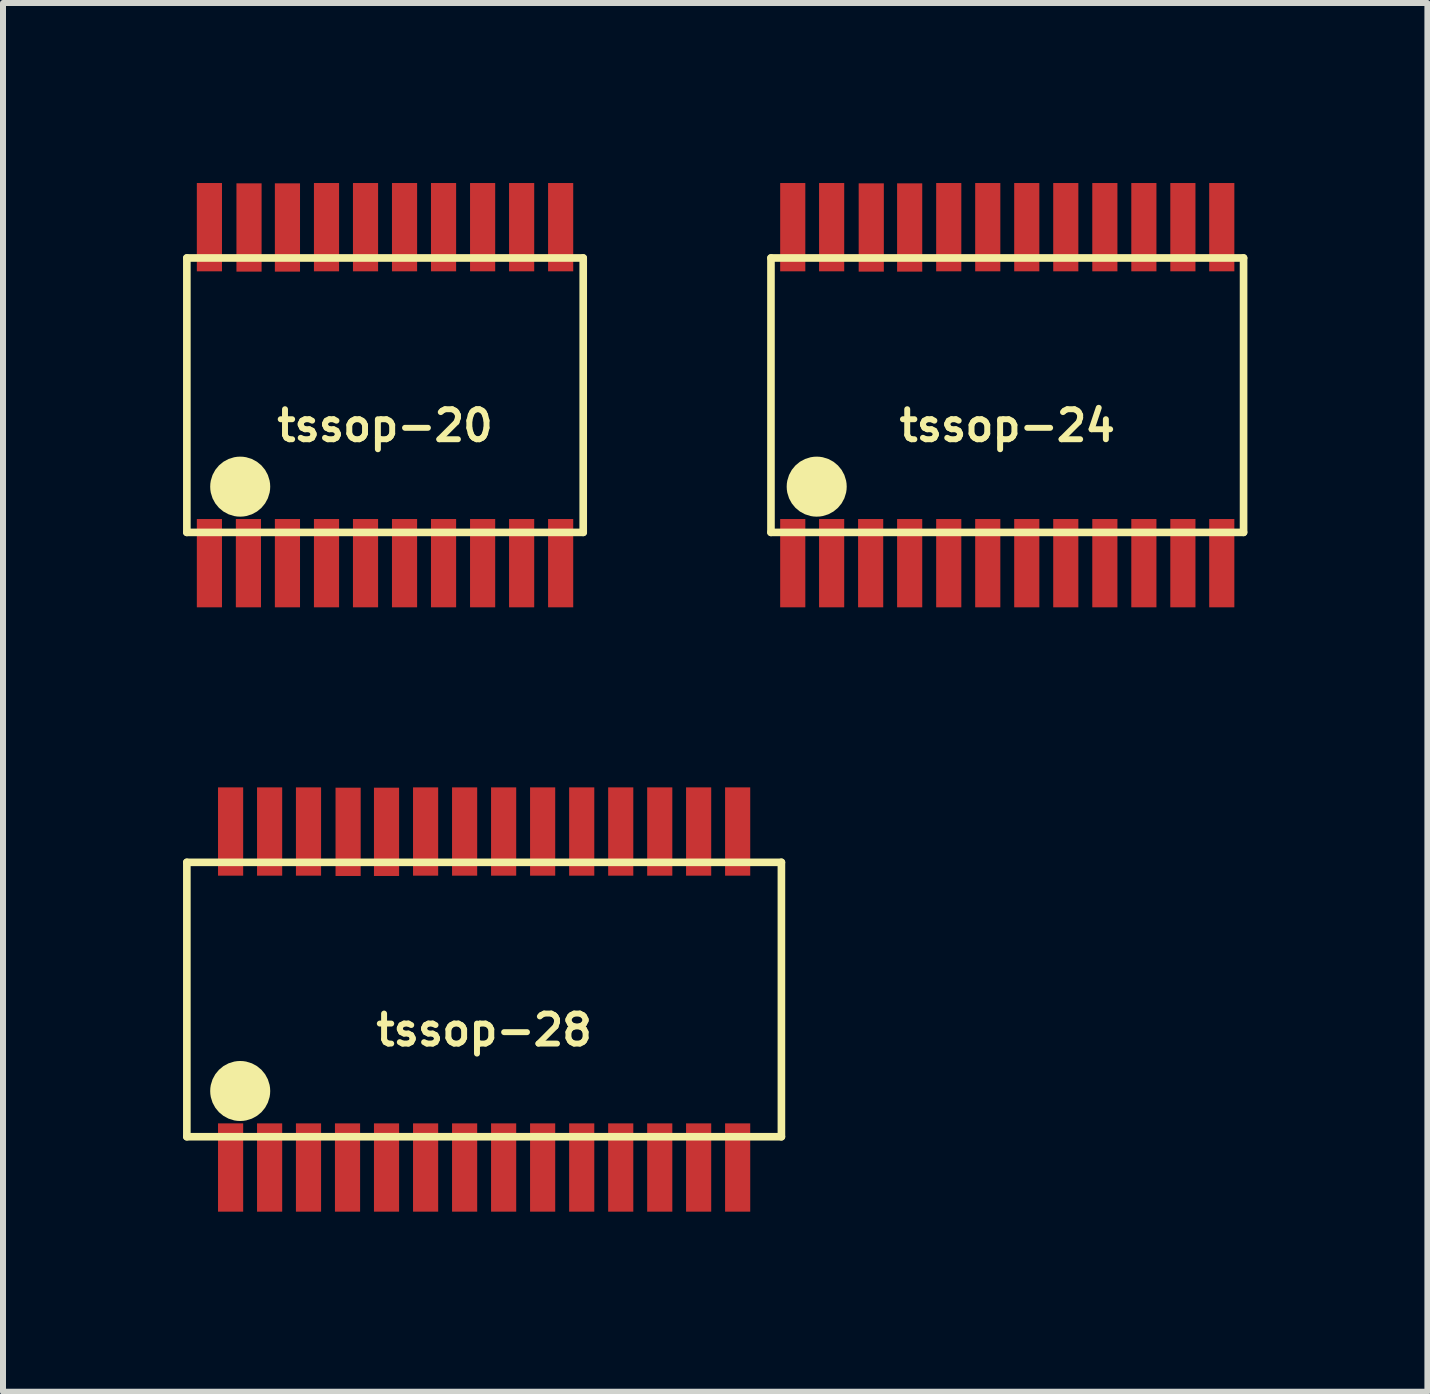
<source format=kicad_pcb>
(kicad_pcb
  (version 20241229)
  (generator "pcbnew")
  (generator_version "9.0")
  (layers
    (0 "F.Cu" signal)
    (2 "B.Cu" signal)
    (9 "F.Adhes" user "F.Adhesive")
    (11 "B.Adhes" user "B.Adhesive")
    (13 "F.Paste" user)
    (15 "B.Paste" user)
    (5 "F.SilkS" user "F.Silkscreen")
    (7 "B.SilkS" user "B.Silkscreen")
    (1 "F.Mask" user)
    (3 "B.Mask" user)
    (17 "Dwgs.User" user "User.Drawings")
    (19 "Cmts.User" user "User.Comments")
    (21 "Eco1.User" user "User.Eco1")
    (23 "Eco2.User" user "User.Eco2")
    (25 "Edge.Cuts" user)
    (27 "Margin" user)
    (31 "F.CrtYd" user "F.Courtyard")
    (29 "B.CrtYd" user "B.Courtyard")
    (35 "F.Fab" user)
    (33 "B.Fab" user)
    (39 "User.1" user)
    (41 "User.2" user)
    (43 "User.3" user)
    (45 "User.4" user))
  (footprint "tssop-28"
    (layer "F.Cu")
    (at 5.016 13.603)
    (property "Reference" "tssop-28" (at 0 0.508 0) (layer "F.SilkS") (effects (font (size 0.5 0.5) (thickness 0.099))))
    (attr smd)
    (fp_line (start -4.953 -2.286) (end -4.953 2.286) (stroke (width 0.127) (type solid)) (layer "F.SilkS"))
    (fp_line (start -4.953 2.286) (end 4.953 2.286) (stroke (width 0.127) (type solid)) (layer "F.SilkS"))
    (fp_line (start 4.953 -2.286) (end -4.953 -2.286) (stroke (width 0.127) (type solid)) (layer "F.SilkS"))
    (fp_line (start 4.953 2.286) (end 4.953 -2.286) (stroke (width 0.127) (type solid)) (layer "F.SilkS"))
    (fp_circle (center -4.064 1.524) (end -3.814 1.524) (stroke (width 0.5) (type solid)) (fill no) (layer "F.SilkS"))
    (pad "1" smd rect (at -4.224 2.799) (size 0.419 1.471) (layers "F.Cu" "F.Mask" "F.Paste"))
    (pad "2" smd rect (at -3.574 2.799) (size 0.419 1.471) (layers "F.Cu" "F.Mask" "F.Paste"))
    (pad "3" smd rect (at -2.926 2.799) (size 0.419 1.471) (layers "F.Cu" "F.Mask" "F.Paste"))
    (pad "4" smd rect (at -2.276 2.799) (size 0.419 1.471) (layers "F.Cu" "F.Mask" "F.Paste"))
    (pad "5" smd rect (at -1.626 2.799) (size 0.419 1.471) (layers "F.Cu" "F.Mask" "F.Paste"))
    (pad "6" smd rect (at -0.975 2.799) (size 0.419 1.471) (layers "F.Cu" "F.Mask" "F.Paste"))
    (pad "7" smd rect (at -0.325 2.799) (size 0.419 1.471) (layers "F.Cu" "F.Mask" "F.Paste"))
    (pad "8" smd rect (at 0.325 2.799) (size 0.419 1.471) (layers "F.Cu" "F.Mask" "F.Paste"))
    (pad "9" smd rect (at 0.975 2.799) (size 0.419 1.471) (layers "F.Cu" "F.Mask" "F.Paste"))
    (pad "10" smd rect (at 1.626 2.799) (size 0.419 1.471) (layers "F.Cu" "F.Mask" "F.Paste"))
    (pad "11" smd rect (at 2.276 2.799) (size 0.419 1.471) (layers "F.Cu" "F.Mask" "F.Paste"))
    (pad "12" smd rect (at 2.926 2.799) (size 0.419 1.471) (layers "F.Cu" "F.Mask" "F.Paste"))
    (pad "13" smd rect (at 3.574 2.799) (size 0.419 1.471) (layers "F.Cu" "F.Mask" "F.Paste"))
    (pad "14" smd rect (at 4.224 2.799) (size 0.419 1.471) (layers "F.Cu" "F.Mask" "F.Paste"))
    (pad "15" smd rect (at 4.224 -2.799) (size 0.419 1.471) (layers "F.Cu" "F.Mask" "F.Paste"))
    (pad "16" smd rect (at 3.574 -2.799) (size 0.419 1.471) (layers "F.Cu" "F.Mask" "F.Paste"))
    (pad "17" smd rect (at 2.926 -2.799) (size 0.419 1.471) (layers "F.Cu" "F.Mask" "F.Paste"))
    (pad "18" smd rect (at 2.276 -2.799) (size 0.419 1.471) (layers "F.Cu" "F.Mask" "F.Paste"))
    (pad "19" smd rect (at 1.626 -2.799) (size 0.419 1.471) (layers "F.Cu" "F.Mask" "F.Paste"))
    (pad "20" smd rect (at 0.975 -2.799) (size 0.419 1.471) (layers "F.Cu" "F.Mask" "F.Paste"))
    (pad "21" smd rect (at 0.325 -2.799) (size 0.419 1.471) (layers "F.Cu" "F.Mask" "F.Paste"))
    (pad "22" smd rect (at -0.325 -2.799) (size 0.419 1.471) (layers "F.Cu" "F.Mask" "F.Paste"))
    (pad "23" smd rect (at -0.975 -2.799) (size 0.419 1.471) (layers "F.Cu" "F.Mask" "F.Paste"))
    (pad "24" smd rect (at -1.626 -2.794) (size 0.419 1.471) (layers "F.Cu" "F.Mask" "F.Paste"))
    (pad "25" smd rect (at -2.266 -2.794) (size 0.419 1.471) (layers "F.Cu" "F.Mask" "F.Paste"))
    (pad "26" smd rect (at -2.926 -2.799) (size 0.419 1.471) (layers "F.Cu" "F.Mask" "F.Paste"))
    (pad "27" smd rect (at -3.574 -2.799) (size 0.419 1.471) (layers "F.Cu" "F.Mask" "F.Paste"))
    (pad "28" smd rect (at -4.224 -2.799) (size 0.419 1.471) (layers "F.Cu" "F.Mask" "F.Paste")))
  (footprint "tssop-24"
    (layer "F.Cu")
    (at 13.732 3.534)
    (property "Reference" "tssop-24" (at 0 0.508 0) (layer "F.SilkS") (effects (font (size 0.5 0.5) (thickness 0.099))))
    (attr smd)
    (fp_line (start -3.937 -2.286) (end -3.937 2.286) (stroke (width 0.127) (type solid)) (layer "F.SilkS"))
    (fp_line (start -3.937 2.286) (end 3.937 2.286) (stroke (width 0.127) (type solid)) (layer "F.SilkS"))
    (fp_line (start 3.937 -2.286) (end -3.937 -2.286) (stroke (width 0.127) (type solid)) (layer "F.SilkS"))
    (fp_line (start 3.937 2.286) (end 3.937 -2.286) (stroke (width 0.127) (type solid)) (layer "F.SilkS"))
    (fp_circle (center -3.175 1.524) (end -2.925 1.524) (stroke (width 0.5) (type solid)) (fill no) (layer "F.SilkS"))
    (pad "1" smd rect (at -3.574 2.799) (size 0.419 1.471) (layers "F.Cu" "F.Mask" "F.Paste"))
    (pad "2" smd rect (at -2.926 2.799) (size 0.419 1.471) (layers "F.Cu" "F.Mask" "F.Paste"))
    (pad "3" smd rect (at -2.276 2.799) (size 0.419 1.471) (layers "F.Cu" "F.Mask" "F.Paste"))
    (pad "4" smd rect (at -1.626 2.799) (size 0.419 1.471) (layers "F.Cu" "F.Mask" "F.Paste"))
    (pad "5" smd rect (at -0.975 2.799) (size 0.419 1.471) (layers "F.Cu" "F.Mask" "F.Paste"))
    (pad "6" smd rect (at -0.325 2.799) (size 0.419 1.471) (layers "F.Cu" "F.Mask" "F.Paste"))
    (pad "7" smd rect (at 0.325 2.799) (size 0.419 1.471) (layers "F.Cu" "F.Mask" "F.Paste"))
    (pad "8" smd rect (at 0.975 2.799) (size 0.419 1.471) (layers "F.Cu" "F.Mask" "F.Paste"))
    (pad "9" smd rect (at 1.626 2.799) (size 0.419 1.471) (layers "F.Cu" "F.Mask" "F.Paste"))
    (pad "10" smd rect (at 2.276 2.799) (size 0.419 1.471) (layers "F.Cu" "F.Mask" "F.Paste"))
    (pad "11" smd rect (at 2.926 2.799) (size 0.419 1.471) (layers "F.Cu" "F.Mask" "F.Paste"))
    (pad "12" smd rect (at 3.574 2.799) (size 0.419 1.471) (layers "F.Cu" "F.Mask" "F.Paste"))
    (pad "13" smd rect (at 3.574 -2.799) (size 0.419 1.471) (layers "F.Cu" "F.Mask" "F.Paste"))
    (pad "14" smd rect (at 2.926 -2.799) (size 0.419 1.471) (layers "F.Cu" "F.Mask" "F.Paste"))
    (pad "15" smd rect (at 2.276 -2.799) (size 0.419 1.471) (layers "F.Cu" "F.Mask" "F.Paste"))
    (pad "16" smd rect (at 1.626 -2.799) (size 0.419 1.471) (layers "F.Cu" "F.Mask" "F.Paste"))
    (pad "17" smd rect (at 0.975 -2.799) (size 0.419 1.471) (layers "F.Cu" "F.Mask" "F.Paste"))
    (pad "18" smd rect (at 0.325 -2.799) (size 0.419 1.471) (layers "F.Cu" "F.Mask" "F.Paste"))
    (pad "19" smd rect (at -0.325 -2.799) (size 0.419 1.471) (layers "F.Cu" "F.Mask" "F.Paste"))
    (pad "20" smd rect (at -0.975 -2.799) (size 0.419 1.471) (layers "F.Cu" "F.Mask" "F.Paste"))
    (pad "21" smd rect (at -1.626 -2.794) (size 0.419 1.471) (layers "F.Cu" "F.Mask" "F.Paste"))
    (pad "22" smd rect (at -2.266 -2.794) (size 0.419 1.471) (layers "F.Cu" "F.Mask" "F.Paste"))
    (pad "23" smd rect (at -2.926 -2.799) (size 0.419 1.471) (layers "F.Cu" "F.Mask" "F.Paste"))
    (pad "24" smd rect (at -3.574 -2.799) (size 0.419 1.471) (layers "F.Cu" "F.Mask" "F.Paste")))
  (footprint "tssop-20"
    (layer "F.Cu")
    (at 3.365 3.534)
    (property "Reference" "tssop-20" (at 0 0.508 0) (layer "F.SilkS") (effects (font (size 0.5 0.5) (thickness 0.099))))
    (attr smd)
    (fp_line (start -3.302 -2.286) (end -3.302 2.286) (stroke (width 0.127) (type solid)) (layer "F.SilkS"))
    (fp_line (start -3.302 2.286) (end 3.302 2.286) (stroke (width 0.127) (type solid)) (layer "F.SilkS"))
    (fp_line (start 3.302 -2.286) (end -3.302 -2.286) (stroke (width 0.127) (type solid)) (layer "F.SilkS"))
    (fp_line (start 3.302 2.286) (end 3.302 -2.286) (stroke (width 0.127) (type solid)) (layer "F.SilkS"))
    (fp_circle (center -2.413 1.524) (end -2.163 1.524) (stroke (width 0.5) (type solid)) (fill no) (layer "F.SilkS"))
    (pad "1" smd rect (at -2.926 2.799) (size 0.419 1.471) (layers "F.Cu" "F.Mask" "F.Paste"))
    (pad "2" smd rect (at -2.276 2.799) (size 0.419 1.471) (layers "F.Cu" "F.Mask" "F.Paste"))
    (pad "3" smd rect (at -1.626 2.799) (size 0.419 1.471) (layers "F.Cu" "F.Mask" "F.Paste"))
    (pad "4" smd rect (at -0.975 2.799) (size 0.419 1.471) (layers "F.Cu" "F.Mask" "F.Paste"))
    (pad "5" smd rect (at -0.325 2.799) (size 0.419 1.471) (layers "F.Cu" "F.Mask" "F.Paste"))
    (pad "6" smd rect (at 0.325 2.799) (size 0.419 1.471) (layers "F.Cu" "F.Mask" "F.Paste"))
    (pad "7" smd rect (at 0.975 2.799) (size 0.419 1.471) (layers "F.Cu" "F.Mask" "F.Paste"))
    (pad "8" smd rect (at 1.626 2.799) (size 0.419 1.471) (layers "F.Cu" "F.Mask" "F.Paste"))
    (pad "9" smd rect (at 2.276 2.799) (size 0.419 1.471) (layers "F.Cu" "F.Mask" "F.Paste"))
    (pad "10" smd rect (at 2.926 2.799) (size 0.419 1.471) (layers "F.Cu" "F.Mask" "F.Paste"))
    (pad "11" smd rect (at 2.926 -2.799) (size 0.419 1.471) (layers "F.Cu" "F.Mask" "F.Paste"))
    (pad "12" smd rect (at 2.276 -2.799) (size 0.419 1.471) (layers "F.Cu" "F.Mask" "F.Paste"))
    (pad "13" smd rect (at 1.626 -2.799) (size 0.419 1.471) (layers "F.Cu" "F.Mask" "F.Paste"))
    (pad "14" smd rect (at 0.975 -2.799) (size 0.419 1.471) (layers "F.Cu" "F.Mask" "F.Paste"))
    (pad "15" smd rect (at 0.325 -2.799) (size 0.419 1.471) (layers "F.Cu" "F.Mask" "F.Paste"))
    (pad "16" smd rect (at -0.325 -2.799) (size 0.419 1.471) (layers "F.Cu" "F.Mask" "F.Paste"))
    (pad "17" smd rect (at -0.975 -2.799) (size 0.419 1.471) (layers "F.Cu" "F.Mask" "F.Paste"))
    (pad "18" smd rect (at -1.626 -2.794) (size 0.419 1.471) (layers "F.Cu" "F.Mask" "F.Paste"))
    (pad "19" smd rect (at -2.266 -2.794) (size 0.419 1.471) (layers "F.Cu" "F.Mask" "F.Paste"))
    (pad "20" smd rect (at -2.926 -2.799) (size 0.419 1.471) (layers "F.Cu" "F.Mask" "F.Paste")))
  (gr_rect
    (start -3 -3)
    (end 20.732 20.138)
    (stroke (width 0.1) (type default))
    (fill no)
    (layer "Edge.Cuts")))
</source>
